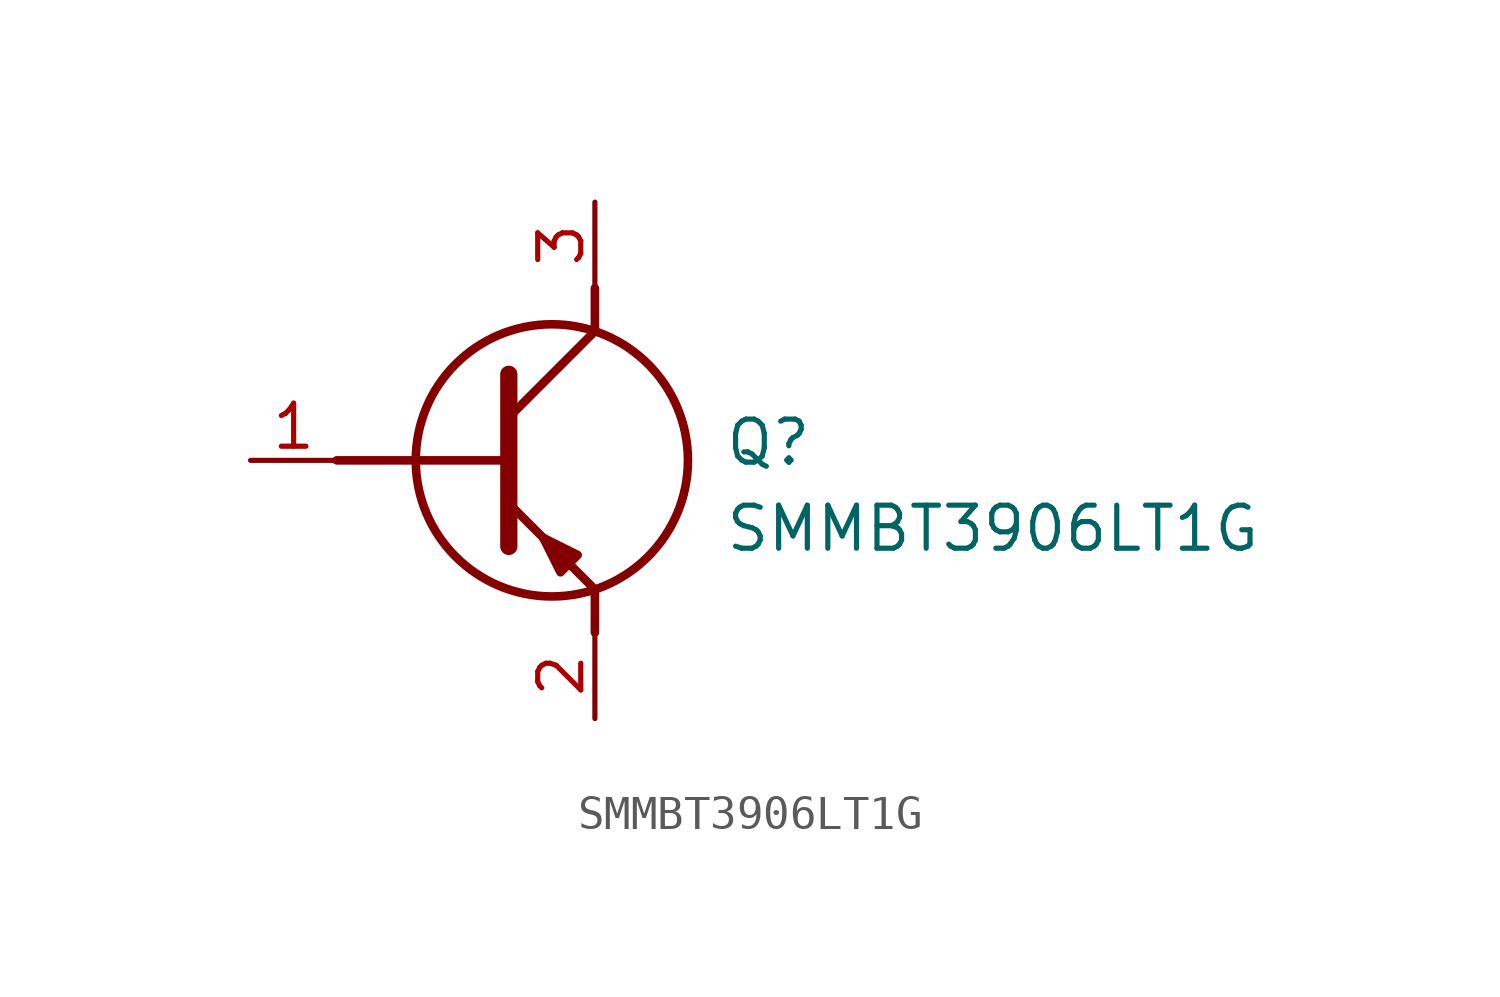
<source format=kicad_sym>
(kicad_symbol_lib
  (version 20211014)
  (generator SamacSys_ECAD_Model)
  (symbol "SMMBT3906LT1G"
    (pin_names hide)
    (property "Reference" "Q"
      (at 13.97 1.27 0)
      (effects (font (size 1.27 1.27)) (justify left top)))
    (property "Value" "SMMBT3906LT1G"
      (at 13.97 -1.27 0)
      (effects (font (size 1.27 1.27)) (justify left top)))
    (polyline
      (pts (xy 7.62 2.54) (xy 7.62 -2.54))
      (stroke (width 0.508) (type default))
      (fill (type none)))
    (polyline
      (pts (xy 7.62 1.27) (xy 10.16 3.81))
      (stroke (width 0.254) (type default))
      (fill (type none)))
    (polyline
      (pts (xy 7.62 -1.27) (xy 10.16 -3.81))
      (stroke (width 0.254) (type default))
      (fill (type none)))
    (polyline
      (pts (xy 10.16 -3.81) (xy 10.16 -5.08))
      (stroke (width 0.254) (type default))
      (fill (type none)))
    (polyline
      (pts (xy 10.16 3.81) (xy 10.16 5.08))
      (stroke (width 0.254) (type default))
      (fill (type none)))
    (polyline
      (pts (xy 2.54 0) (xy 7.62 0))
      (stroke (width 0.254) (type default))
      (fill (type none)))
    (circle
      (center 8.89 0)
      (radius 4.016)
      (stroke (width 0.254) (type default))
      (fill (type none)))
    (polyline
      (pts (xy 9.652 -2.794) (xy 9.144 -3.302) (xy 8.636 -2.286) (xy 9.652 -2.794))
      (stroke (width 0.254) (type default))
      (fill (type outline)))
    (pin passive line
      (at 0 0 0)
      (length 2.54)
      (name "B" (effects (font (size 1.27 1.27))))
      (number "1" (effects (font (size 1.27 1.27)))))
    (pin passive line
      (at 10.16 -7.62 90)
      (length 2.54)
      (name "E" (effects (font (size 1.27 1.27))))
      (number "2" (effects (font (size 1.27 1.27)))))
    (pin passive line
      (at 10.16 7.62 270)
      (length 2.54)
      (name "C" (effects (font (size 1.27 1.27))))
      (number "3" (effects (font (size 1.27 1.27)))))))
</source>
